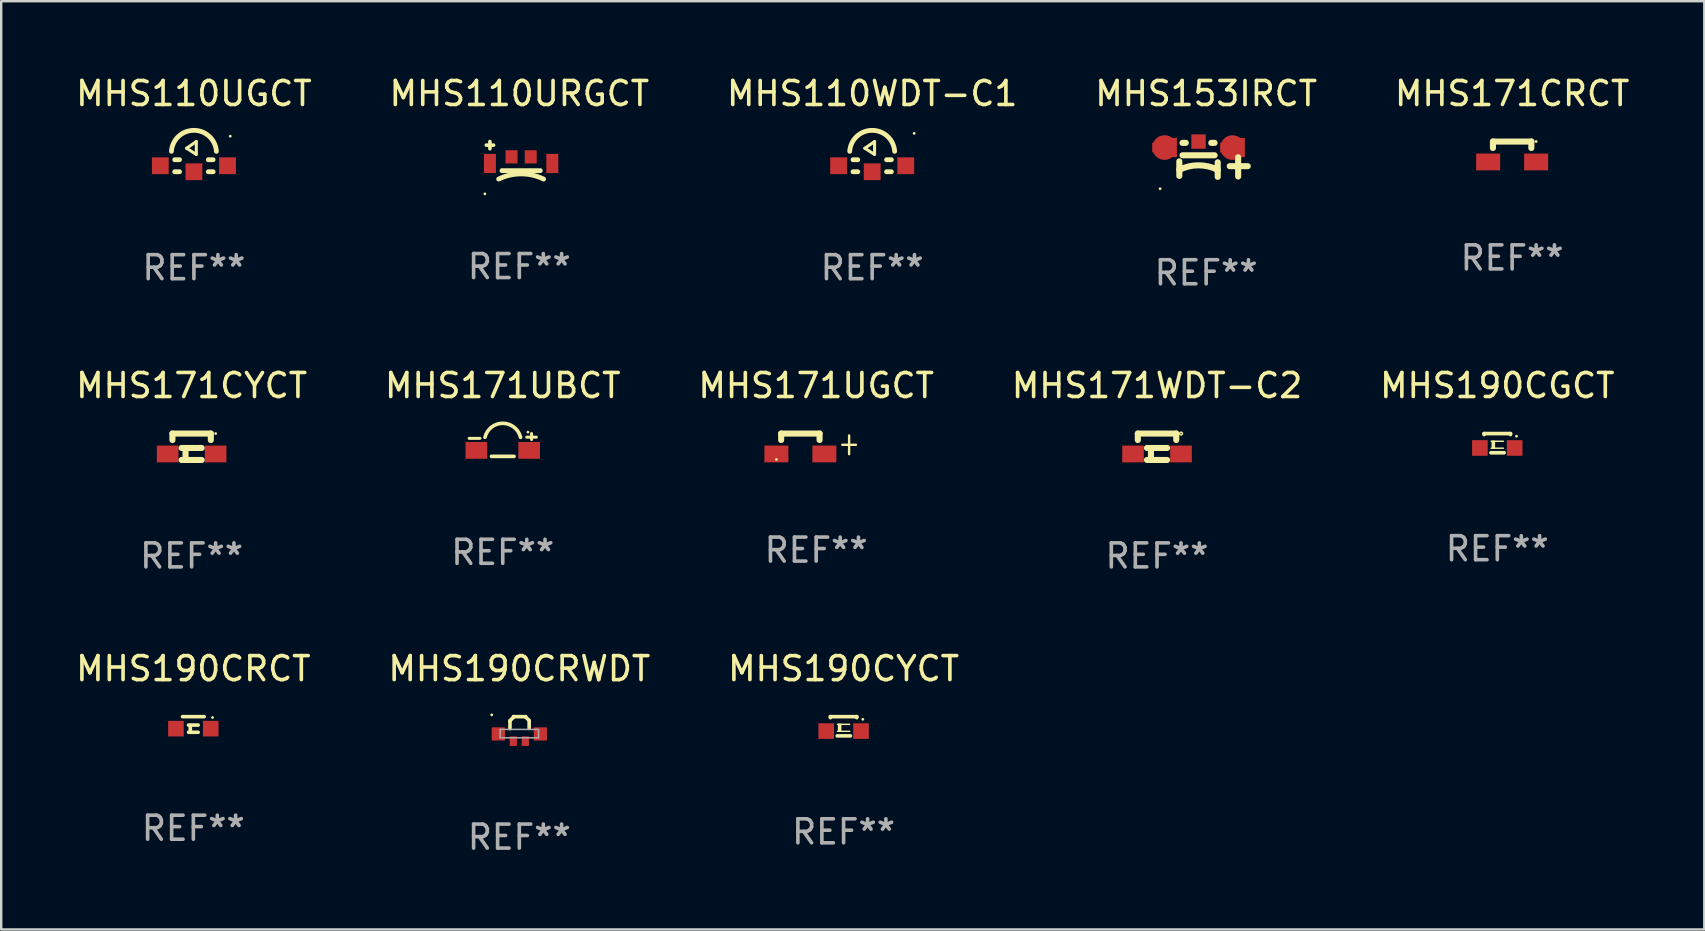
<source format=kicad_pcb>
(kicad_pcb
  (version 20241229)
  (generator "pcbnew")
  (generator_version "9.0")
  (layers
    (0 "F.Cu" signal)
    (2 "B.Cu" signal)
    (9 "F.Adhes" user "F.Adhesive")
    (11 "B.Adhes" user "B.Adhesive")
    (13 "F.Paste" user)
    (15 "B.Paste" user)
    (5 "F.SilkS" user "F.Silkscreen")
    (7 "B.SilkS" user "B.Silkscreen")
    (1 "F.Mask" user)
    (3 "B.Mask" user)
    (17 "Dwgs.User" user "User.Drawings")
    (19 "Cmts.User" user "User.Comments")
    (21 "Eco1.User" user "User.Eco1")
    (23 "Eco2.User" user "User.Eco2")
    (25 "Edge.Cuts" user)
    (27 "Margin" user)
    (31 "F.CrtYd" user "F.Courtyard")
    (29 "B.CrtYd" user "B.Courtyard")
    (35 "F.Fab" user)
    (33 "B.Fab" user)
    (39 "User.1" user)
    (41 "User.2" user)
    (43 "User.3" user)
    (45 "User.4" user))
  (footprint "MHS110URGCT"
    (layer "F.Cu")
    (at 18.589 3.454)
    (property "Reference" "MHS110URGCT" (at 0 -2.606 0) (layer "F.SilkS") (effects (font (size 1 1) (thickness 0.15))))
    (attr through_hole)
    (fp_line (start -1.375 -0.456) (end -1.073 -0.456) (stroke (width 0.15) (type solid)) (layer "F.SilkS"))
    (fp_line (start -1.225 -0.306) (end -1.225 -0.606) (stroke (width 0.15) (type solid)) (layer "F.SilkS"))
    (fp_line (start -0.725 0.606) (end 0.875 0.606) (stroke (width 0.2) (type solid)) (layer "F.SilkS"))
    (fp_arc (start -0.861595 0.956972) (mid 0.075146 0.74233) (end 1.011887 0.956972) (stroke (width 0.2) (type solid)) (layer "F.SilkS"))
    (fp_circle (center -1.435 1.574) (end -1.405 1.574) (stroke (width 0.06) (type solid)) (fill no) (layer "F.SilkS"))
    (fp_text user "REF**" (at 0 4.606 0) (layer "F.Fab") (effects (font (size 1 1) (thickness 0.15))))
    (pad "1" smd rect (at -1.225 0.307) (size 0.5 0.8) (layers "F.Cu" "F.Mask" "F.Paste"))
    (pad "2" smd rect (at -0.325 0.032) (size 0.5 0.55) (layers "F.Cu" "F.Mask" "F.Paste"))
    (pad "3" smd rect (at 0.475 0.032) (size 0.5 0.55) (layers "F.Cu" "F.Mask" "F.Paste"))
    (pad "4" smd rect (at 1.375 0.307) (size 0.5 0.8) (layers "F.Cu" "F.Mask" "F.Paste")))
  (footprint "MHS171WDT-C2"
    (layer "F.Cu")
    (at 45.161 15.566)
    (property "Reference" "MHS171WDT-C2" (at 0 -2.55 0) (layer "F.SilkS") (effects (font (size 1 1) (thickness 0.15))))
    (attr through_hole)
    (fp_line (start -0.8 -0.55) (end -0.8 -0.281) (stroke (width 0.254) (type solid)) (layer "F.SilkS"))
    (fp_line (start -0.8 -0.55) (end 0.8 -0.55) (stroke (width 0.254) (type solid)) (layer "F.SilkS"))
    (fp_line (start -0.419 0.05) (end 0.419 0.05) (stroke (width 0.254) (type solid)) (layer "F.SilkS"))
    (fp_line (start -0.419 0.55) (end 0.419 0.55) (stroke (width 0.254) (type solid)) (layer "F.SilkS"))
    (fp_line (start -0.254 0.427) (end -0.254 0.173) (stroke (width 0.254) (type solid)) (layer "F.SilkS"))
    (fp_line (start 0.8 -0.55) (end 0.8 -0.281) (stroke (width 0.254) (type solid)) (layer "F.SilkS"))
    (fp_circle (center 1.001 -0.55) (end 1.03 -0.55) (stroke (width 0.06) (type solid)) (fill no) (layer "F.SilkS"))
    (fp_text user "REF**" (at 0 4.55 0) (layer "F.Fab") (effects (font (size 1 1) (thickness 0.15))))
    (pad "1" smd rect (at 1 0.3) (size 0.9 0.7) (layers "F.Cu" "F.Mask" "F.Paste"))
    (pad "2" smd rect (at -1 0.3) (size 0.9 0.7) (layers "F.Cu" "F.Mask" "F.Paste")))
  (footprint "MHS110UGCT"
    (layer "F.Cu")
    (at 5.03 3.477)
    (property "Reference" "MHS110UGCT" (at 0 -2.629 0) (layer "F.SilkS") (effects (font (size 1 1) (thickness 0.15))))
    (attr through_hole)
    (fp_line (start -0.8 0.129) (end -0.6 0.129) (stroke (width 0.2) (type solid)) (layer "F.SilkS"))
    (fp_line (start -0.8 0.629) (end -0.6 0.629) (stroke (width 0.2) (type solid)) (layer "F.SilkS"))
    (fp_line (start -0.306 -0.35) (end 0.097 -0.093) (stroke (width 0.127) (type solid)) (layer "F.SilkS"))
    (fp_line (start 0.1 -0.629) (end -0.306 -0.35) (stroke (width 0.127) (type solid)) (layer "F.SilkS"))
    (fp_line (start 0.1 -0.096) (end 0.1 -0.629) (stroke (width 0.127) (type solid)) (layer "F.SilkS"))
    (fp_line (start 0.6 0.129) (end 0.8 0.129) (stroke (width 0.2) (type solid)) (layer "F.SilkS"))
    (fp_line (start 0.6 0.629) (end 0.8 0.629) (stroke (width 0.2) (type solid)) (layer "F.SilkS"))
    (fp_arc (start -0.936728 -0.220855) (mid 0.000014 -1.09647) (end 0.936754 -0.220853) (stroke (width 0.2) (type solid)) (layer "F.SilkS"))
    (fp_circle (center 1.513 -0.853) (end 1.543 -0.853) (stroke (width 0.06) (type solid)) (fill no) (layer "F.SilkS"))
    (fp_text user "REF**" (at 0 4.629 0) (layer "F.Fab") (effects (font (size 1 1) (thickness 0.15))))
    (pad "1" smd rect (at 1.4 0.379 180) (size 0.7 0.7) (layers "F.Cu" "F.Mask" "F.Paste"))
    (pad "2" smd rect (at -1.4 0.379 180) (size 0.7 0.7) (layers "F.Cu" "F.Mask" "F.Paste"))
    (pad "3" smd rect (at 0 0.629 180) (size 0.7 0.7) (layers "F.Cu" "F.Mask" "F.Paste")))
  (footprint "MHS153IRCT"
    (layer "F.Cu")
    (at 47.208 3.584)
    (property "Reference" "MHS153IRCT" (at 0 -2.735 0) (layer "F.SilkS") (effects (font (size 1 1) (thickness 0.15))))
    (attr through_hole)
    (fp_line (start -1.118 0.09) (end -1.118 0.696) (stroke (width 0.254) (type solid)) (layer "F.SilkS"))
    (fp_line (start -0.986 -0.681) (end -0.849 -0.681) (stroke (width 0.254) (type solid)) (layer "F.SilkS"))
    (fp_line (start -0.986 -0.163) (end 0.351 -0.163) (stroke (width 0.254) (type solid)) (layer "F.SilkS"))
    (fp_line (start 0.214 -0.681) (end 0.351 -0.681) (stroke (width 0.254) (type solid)) (layer "F.SilkS"))
    (fp_line (start 0.482 0.129) (end 0.482 0.735) (stroke (width 0.254) (type solid)) (layer "F.SilkS"))
    (fp_line (start 0.983 0.29) (end 1.733 0.29) (stroke (width 0.254) (type solid)) (layer "F.SilkS"))
    (fp_line (start 1.333 -0.08) (end 1.333 0.72) (stroke (width 0.254) (type solid)) (layer "F.SilkS"))
    (fp_arc (start -1.117374 0.442494) (mid -0.317443 0.253585) (end 0.482728 0.441478) (stroke (width 0.254001) (type solid)) (layer "F.SilkS"))
    (fp_circle (center -1.917 1.23) (end -1.887 1.23) (stroke (width 0.06) (type solid)) (fill no) (layer "F.SilkS"))
    (fp_text user "REF**" (at 0 4.735 0) (layer "F.Fab") (effects (font (size 1 1) (thickness 0.15))))
    (pad "1" smd custom (at -1.733 -0.486) (size 1.03 0.8) (layers "F.Cu" "F.Mask" "F.Paste") (options (anchor circle)) (primitives (gr_poly (pts (xy -0.515 0.2) (xy -0.515 -0.2) (xy 0.105 -0.2) (xy 0.115 -0.2) (xy 0.115 -0.4) (xy 0.515 -0.4) (xy 0.515 -0.05) (xy 0.065 -0.05) (xy 0.065 0.05) (xy 0.515 0.05) (xy 0.515 0.1) (xy 0.065 0.1) (xy 0.515 0.1) (xy 0.515 0.4) (xy 0.115 0.4) (xy 0.115 0.2) (xy -0.515 0.2)) (width 0) (fill yes))))
    (pad "2" smd custom (at 1.098 -0.485 180) (size 1.03 0.8) (layers "F.Cu" "F.Mask" "F.Paste") (options (anchor circle)) (primitives (gr_poly (pts (xy 0.515 -0.2) (xy 0.515 0.2) (xy -0.105 0.2) (xy -0.115 0.2) (xy -0.115 0.4) (xy -0.515 0.4) (xy -0.515 0.05) (xy -0.065 0.05) (xy -0.065 -0.05) (xy -0.515 -0.05) (xy -0.515 -0.1) (xy -0.065 -0.1) (xy -0.515 -0.1) (xy -0.515 -0.4) (xy -0.115 -0.4) (xy -0.115 -0.2) (xy 0.515 -0.2)) (width 0) (fill yes))))
    (pad "3" smd rect (at -0.317 -0.735 180) (size 0.6 0.6) (layers "F.Cu" "F.Mask" "F.Paste")))
  (footprint "MHS190CGCT"
    (layer "F.Cu")
    (at 59.339 15.416)
    (property "Reference" "MHS190CGCT" (at 0 -2.4 0) (layer "F.SilkS") (effects (font (size 1 1) (thickness 0.15))))
    (attr through_hole)
    (fp_line (start -0.55 -0.4) (end -0.55 -0.359) (stroke (width 0.152) (type solid)) (layer "F.SilkS"))
    (fp_line (start -0.55 -0.4) (end 0.55 -0.4) (stroke (width 0.152) (type solid)) (layer "F.SilkS"))
    (fp_line (start -0.265 0.4) (end 0.285 0.4) (stroke (width 0.152) (type solid)) (layer "F.SilkS"))
    (fp_line (start -0.254 -0.08) (end 0.254 -0.08) (stroke (width 0.06) (type solid)) (layer "F.SilkS"))
    (fp_line (start -0.254 0.21) (end 0.254 0.21) (stroke (width 0.06) (type solid)) (layer "F.SilkS"))
    (fp_line (start -0.209 -0.08) (end -0.209 0.209) (stroke (width 0.06) (type solid)) (layer "F.SilkS"))
    (fp_line (start -0.169 -0.08) (end -0.169 0.209) (stroke (width 0.06) (type solid)) (layer "F.SilkS"))
    (fp_line (start -0.121 -0.08) (end -0.121 0.209) (stroke (width 0.06) (type solid)) (layer "F.SilkS"))
    (fp_line (start 0.55 -0.4) (end 0.55 -0.359) (stroke (width 0.152) (type solid)) (layer "F.SilkS"))
    (fp_circle (center 0.8 -0.29) (end 0.83 -0.29) (stroke (width 0.06) (type solid)) (fill no) (layer "F.SilkS"))
    (fp_text user "REF**" (at 0 4.4 0) (layer "F.Fab") (effects (font (size 1 1) (thickness 0.15))))
    (pad "1" smd rect (at 0.725 0.2) (size 0.65 0.65) (layers "F.Cu" "F.Mask" "F.Paste"))
    (pad "2" smd rect (at -0.725 0.2) (size 0.65 0.65) (layers "F.Cu" "F.Mask" "F.Paste")))
  (footprint "MHS110WDT-C1"
    (layer "F.Cu")
    (at 33.292 3.477)
    (property "Reference" "MHS110WDT-C1" (at 0 -2.629 0) (layer "F.SilkS") (effects (font (size 1 1) (thickness 0.15))))
    (attr through_hole)
    (fp_line (start -0.8 0.129) (end -0.6 0.129) (stroke (width 0.2) (type solid)) (layer "F.SilkS"))
    (fp_line (start -0.8 0.629) (end -0.6 0.629) (stroke (width 0.2) (type solid)) (layer "F.SilkS"))
    (fp_line (start -0.306 -0.35) (end 0.097 -0.093) (stroke (width 0.127) (type solid)) (layer "F.SilkS"))
    (fp_line (start 0.1 -0.629) (end -0.306 -0.35) (stroke (width 0.127) (type solid)) (layer "F.SilkS"))
    (fp_line (start 0.1 -0.096) (end 0.1 -0.629) (stroke (width 0.127) (type solid)) (layer "F.SilkS"))
    (fp_line (start 0.6 0.129) (end 0.8 0.129) (stroke (width 0.2) (type solid)) (layer "F.SilkS"))
    (fp_line (start 0.6 0.629) (end 0.8 0.629) (stroke (width 0.2) (type solid)) (layer "F.SilkS"))
    (fp_arc (start -0.936728 -0.220841) (mid 0.000013 -1.096457) (end 0.936754 -0.220841) (stroke (width 0.2) (type solid)) (layer "F.SilkS"))
    (fp_circle (center 1.75 -0.971) (end 1.78 -0.971) (stroke (width 0.06) (type solid)) (fill no) (layer "F.SilkS"))
    (fp_text user "REF**" (at 0 4.629 0) (layer "F.Fab") (effects (font (size 1 1) (thickness 0.15))))
    (pad "1" smd rect (at 1.4 0.379 180) (size 0.7 0.7) (layers "F.Cu" "F.Mask" "F.Paste"))
    (pad "2" smd rect (at -1.4 0.379 180) (size 0.7 0.7) (layers "F.Cu" "F.Mask" "F.Paste"))
    (pad "3" smd rect (at 0 0.629 180) (size 0.7 0.7) (layers "F.Cu" "F.Mask" "F.Paste")))
  (footprint "MHS190CRWDT"
    (layer "F.Cu")
    (at 18.589 27.322)
    (property "Reference" "MHS190CRWDT" (at 0 -2.51 0) (layer "F.SilkS") (effects (font (size 1 1) (thickness 0.15))))
    (attr through_hole)
    (fp_line (start -0.39 -0.34) (end -0.39 -0.01) (stroke (width 0.15) (type solid)) (layer "F.SilkS"))
    (fp_line (start -0.24 -0.51) (end -0.24 -0.49) (stroke (width 0.15) (type solid)) (layer "F.SilkS"))
    (fp_line (start -0.24 -0.51) (end 0.26 -0.51) (stroke (width 0.15) (type solid)) (layer "F.SilkS"))
    (fp_line (start -0.24 -0.49) (end -0.39 -0.34) (stroke (width 0.15) (type solid)) (layer "F.SilkS"))
    (fp_line (start 0.26 -0.51) (end 0.26 -0.5) (stroke (width 0.15) (type solid)) (layer "F.SilkS"))
    (fp_line (start 0.26 -0.5) (end 0.41 -0.35) (stroke (width 0.15) (type solid)) (layer "F.SilkS"))
    (fp_line (start 0.41 -0.35) (end 0.41 -0.02) (stroke (width 0.15) (type solid)) (layer "F.SilkS"))
    (fp_circle (center -1.15 -0.585) (end -1.12 -0.585) (stroke (width 0.06) (type solid)) (fill no) (layer "F.SilkS"))
    (fp_line (start -0.8 0.02) (end 0.801 0.02) (stroke (width 0.06) (type solid)) (layer "F.Fab"))
    (fp_line (start -0.8 0.355) (end -0.8 0.03) (stroke (width 0.06) (type solid)) (layer "F.Fab"))
    (fp_line (start -0.8 0.37) (end 0.801 0.37) (stroke (width 0.06) (type solid)) (layer "F.Fab"))
    (fp_line (start 0.801 0.355) (end 0.801 0.03) (stroke (width 0.06) (type solid)) (layer "F.Fab"))
    (fp_text user "REF**" (at 0 4.51 0) (layer "F.Fab") (effects (font (size 1 1) (thickness 0.15))))
    (pad "1" smd rect (at -0.875 0.21 270) (size 0.55 0.55) (layers "F.Cu" "F.Mask" "F.Paste"))
    (pad "2" smd rect (at -0.25 0.51 270) (size 0.4 0.3) (layers "F.Cu" "F.Mask" "F.Paste"))
    (pad "3" smd rect (at 0.25 0.51 270) (size 0.4 0.3) (layers "F.Cu" "F.Mask" "F.Paste"))
    (pad "4" smd rect (at 0.875 0.21 270) (size 0.55 0.55) (layers "F.Cu" "F.Mask" "F.Paste")))
  (footprint "MHS171CYCT"
    (layer "F.Cu")
    (at 4.935 15.566)
    (property "Reference" "MHS171CYCT" (at 0 -2.55 0) (layer "F.SilkS") (effects (font (size 1 1) (thickness 0.15))))
    (attr through_hole)
    (fp_line (start -0.8 -0.55) (end -0.8 -0.281) (stroke (width 0.254) (type solid)) (layer "F.SilkS"))
    (fp_line (start -0.8 -0.55) (end 0.8 -0.55) (stroke (width 0.254) (type solid)) (layer "F.SilkS"))
    (fp_line (start -0.419 0.05) (end 0.419 0.05) (stroke (width 0.254) (type solid)) (layer "F.SilkS"))
    (fp_line (start -0.419 0.55) (end 0.419 0.55) (stroke (width 0.254) (type solid)) (layer "F.SilkS"))
    (fp_line (start -0.254 0.427) (end -0.254 0.173) (stroke (width 0.254) (type solid)) (layer "F.SilkS"))
    (fp_line (start 0.8 -0.55) (end 0.8 -0.281) (stroke (width 0.254) (type solid)) (layer "F.SilkS"))
    (fp_circle (center 1.001 -0.55) (end 1.031 -0.55) (stroke (width 0.06) (type solid)) (fill no) (layer "F.SilkS"))
    (fp_text user "REF**" (at 0 4.55 0) (layer "F.Fab") (effects (font (size 1 1) (thickness 0.15))))
    (pad "1" smd rect (at 1 0.3) (size 0.9 0.7) (layers "F.Cu" "F.Mask" "F.Paste"))
    (pad "2" smd rect (at -1 0.3) (size 0.9 0.7) (layers "F.Cu" "F.Mask" "F.Paste")))
  (footprint "MHS171UGCT"
    (layer "F.Cu")
    (at 30.958 15.445)
    (property "Reference" "MHS171UGCT" (at 0 -2.429 0) (layer "F.SilkS") (effects (font (size 1 1) (thickness 0.15))))
    (attr through_hole)
    (fp_line (start -1.459 -0.429) (end -1.459 -0.161) (stroke (width 0.254) (type solid)) (layer "F.SilkS"))
    (fp_line (start 0.141 -0.429) (end -1.459 -0.429) (stroke (width 0.254) (type solid)) (layer "F.SilkS"))
    (fp_line (start 0.141 -0.429) (end 0.141 -0.161) (stroke (width 0.254) (type solid)) (layer "F.SilkS"))
    (fp_line (start 1.088 0.039) (end 1.658 0.039) (stroke (width 0.1) (type solid)) (layer "F.SilkS"))
    (fp_line (start 1.373 -0.351) (end 1.373 0.429) (stroke (width 0.1) (type solid)) (layer "F.SilkS"))
    (fp_circle (center -1.659 0.651) (end -1.629 0.651) (stroke (width 0.06) (type solid)) (fill no) (layer "F.SilkS"))
    (fp_text user "REF**" (at 0 4.429 0) (layer "F.Fab") (effects (font (size 1 1) (thickness 0.15))))
    (pad "1" smd rect (at 0.341 0.42) (size 1 0.7) (layers "F.Cu" "F.Mask" "F.Paste"))
    (pad "2" smd rect (at -1.658 0.42) (size 1 0.7) (layers "F.Cu" "F.Mask" "F.Paste")))
  (footprint "MHS171UBCT"
    (layer "F.Cu")
    (at 17.899 15.491)
    (property "Reference" "MHS171UBCT" (at 0 -2.475 0) (layer "F.SilkS") (effects (font (size 1 1) (thickness 0.15))))
    (attr through_hole)
    (fp_line (start -1.4 -0.275) (end -0.95 -0.275) (stroke (width 0.125) (type solid)) (layer "F.SilkS"))
    (fp_line (start -0.47 0.475) (end 0.47 0.475) (stroke (width 0.152) (type solid)) (layer "F.SilkS"))
    (fp_line (start 1 -0.325) (end 1.4 -0.325) (stroke (width 0.125) (type solid)) (layer "F.SilkS"))
    (fp_line (start 1.2 -0.475) (end 1.2 -0.225) (stroke (width 0.125) (type solid)) (layer "F.SilkS"))
    (fp_arc (start -0.74125 -0.318618) (mid 0.000025 -0.902982) (end 0.7413 -0.318618) (stroke (width 0.151994) (type solid)) (layer "F.SilkS"))
    (fp_circle (center 1.05 -0.535) (end 1.08 -0.535) (stroke (width 0.06) (type solid)) (fill no) (layer "F.SilkS"))
    (fp_text user "REF**" (at 0 4.475 0) (layer "F.Fab") (effects (font (size 1 1) (thickness 0.15))))
    (pad "1" smd rect (at 1.1 0.225) (size 0.9 0.7) (layers "F.Cu" "F.Mask" "F.Paste"))
    (pad "2" smd rect (at -1.1 0.225) (size 0.9 0.7) (layers "F.Cu" "F.Mask" "F.Paste")))
  (footprint "MHS190CRCT"
    (layer "F.Cu")
    (at 5.006 27.137)
    (property "Reference" "MHS190CRCT" (at 0 -2.325 0) (layer "F.SilkS") (effects (font (size 1 1) (thickness 0.15))))
    (attr through_hole)
    (fp_line (start -0.45 -0.325) (end 0.45 -0.325) (stroke (width 0.152) (type solid)) (layer "F.SilkS"))
    (fp_line (start -0.2 0.325) (end 0.2 0.325) (stroke (width 0.152) (type solid)) (layer "F.SilkS"))
    (fp_line (start -0.127 0.302) (end -0.127 0.048) (stroke (width 0.152) (type solid)) (layer "F.SilkS"))
    (fp_line (start 0.2 0.025) (end -0.2 0.025) (stroke (width 0.152) (type solid)) (layer "F.SilkS"))
    (fp_circle (center 0.8 -0.29) (end 0.83 -0.29) (stroke (width 0.06) (type solid)) (fill no) (layer "F.SilkS"))
    (fp_text user "REF**" (at 0 4.325 0) (layer "F.Fab") (effects (font (size 1 1) (thickness 0.15))))
    (pad "1" smd rect (at 0.725 0.175) (size 0.65 0.65) (layers "F.Cu" "F.Mask" "F.Paste"))
    (pad "2" smd rect (at -0.725 0.175) (size 0.65 0.65) (layers "F.Cu" "F.Mask" "F.Paste")))
  (footprint "MHS171CRCT"
    (layer "F.Cu")
    (at 59.958 3.273)
    (property "Reference" "MHS171CRCT" (at 0 -2.425 0) (layer "F.SilkS") (effects (font (size 1 1) (thickness 0.15))))
    (attr through_hole)
    (fp_line (start -0.8 -0.425) (end -0.8 -0.156) (stroke (width 0.254) (type solid)) (layer "F.SilkS"))
    (fp_line (start -0.8 -0.425) (end 0.8 -0.425) (stroke (width 0.254) (type solid)) (layer "F.SilkS"))
    (fp_line (start 0.8 -0.425) (end 0.8 -0.156) (stroke (width 0.254) (type solid)) (layer "F.SilkS"))
    (fp_circle (center 1 -0.427) (end 1.03 -0.427) (stroke (width 0.06) (type solid)) (fill no) (layer "F.SilkS"))
    (fp_text user "REF**" (at 0 4.425 0) (layer "F.Fab") (effects (font (size 1 1) (thickness 0.15))))
    (pad "1" smd rect (at 1 0.425) (size 1 0.7) (layers "F.Cu" "F.Mask" "F.Paste"))
    (pad "2" smd rect (at -1 0.425) (size 1 0.7) (layers "F.Cu" "F.Mask" "F.Paste")))
  (footprint "MHS190CYCT"
    (layer "F.Cu")
    (at 32.101 27.212)
    (property "Reference" "MHS190CYCT" (at 0 -2.4 0) (layer "F.SilkS") (effects (font (size 1 1) (thickness 0.15))))
    (attr through_hole)
    (fp_line (start -0.55 -0.4) (end -0.55 -0.359) (stroke (width 0.152) (type solid)) (layer "F.SilkS"))
    (fp_line (start -0.55 -0.4) (end 0.55 -0.4) (stroke (width 0.152) (type solid)) (layer "F.SilkS"))
    (fp_line (start -0.265 0.4) (end 0.285 0.4) (stroke (width 0.152) (type solid)) (layer "F.SilkS"))
    (fp_line (start -0.254 -0.08) (end 0.254 -0.08) (stroke (width 0.06) (type solid)) (layer "F.SilkS"))
    (fp_line (start -0.254 0.21) (end 0.254 0.21) (stroke (width 0.06) (type solid)) (layer "F.SilkS"))
    (fp_line (start -0.209 -0.08) (end -0.209 0.209) (stroke (width 0.06) (type solid)) (layer "F.SilkS"))
    (fp_line (start -0.169 -0.08) (end -0.169 0.209) (stroke (width 0.06) (type solid)) (layer "F.SilkS"))
    (fp_line (start -0.121 -0.08) (end -0.121 0.209) (stroke (width 0.06) (type solid)) (layer "F.SilkS"))
    (fp_line (start 0.55 -0.4) (end 0.55 -0.359) (stroke (width 0.152) (type solid)) (layer "F.SilkS"))
    (fp_circle (center 0.8 -0.29) (end 0.83 -0.29) (stroke (width 0.06) (type solid)) (fill no) (layer "F.SilkS"))
    (fp_text user "REF**" (at 0 4.4 0) (layer "F.Fab") (effects (font (size 1 1) (thickness 0.15))))
    (pad "1" smd rect (at 0.725 0.2) (size 0.65 0.65) (layers "F.Cu" "F.Mask" "F.Paste"))
    (pad "2" smd rect (at -0.725 0.2) (size 0.65 0.65) (layers "F.Cu" "F.Mask" "F.Paste")))
  (gr_rect
    (start -3 -3)
    (end 67.964 35.68)
    (stroke (width 0.1) (type default))
    (fill no)
    (layer "Edge.Cuts")))
</source>
